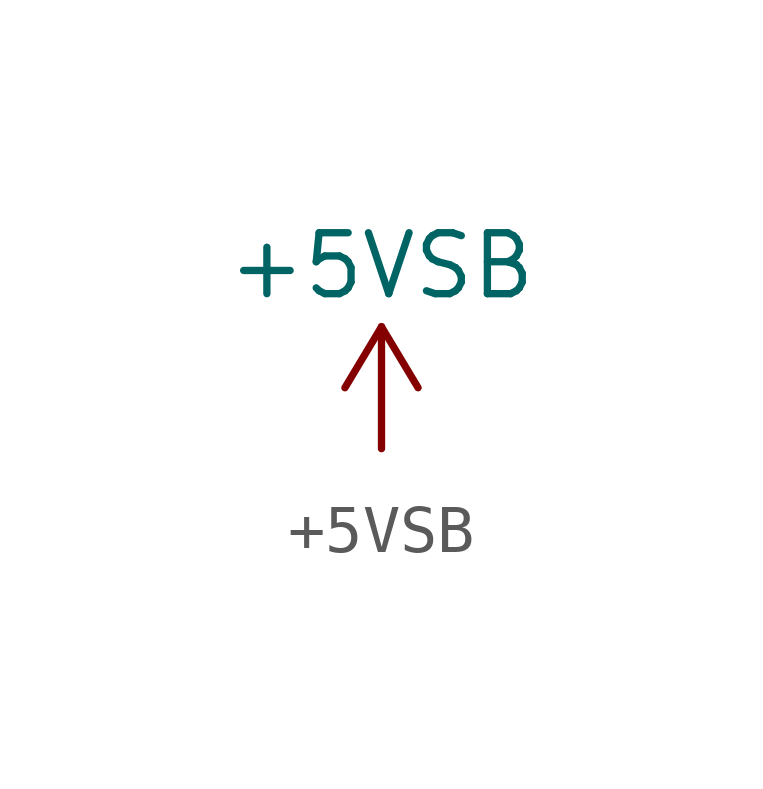
<source format=kicad_sym>
(kicad_symbol_lib
  (version 20220914)
  (generator kicad_symbol_editor)
  (symbol "+5VSB"
    (power)
    (property "Reference" "#PWR"
      (at 0 -3.81 0)
      (effects (font (size 1.27 1.27)) hide))
    (property "Value" "+5VSB"
      (at 0 3.81 0)
      (effects (font (size 1.27 1.27))))
    (symbol "+5VSB_0_1"
      (polyline (pts (xy -0.762 1.27) (xy 0 2.54)) (stroke (width 0) (type default)) (fill (type none)))
      (polyline (pts (xy 0 0) (xy 0 2.54)) (stroke (width 0) (type default)) (fill (type none)))
      (polyline (pts (xy 0 2.54) (xy 0.762 1.27)) (stroke (width 0) (type default)) (fill (type none))))
    (symbol "+5VSB_1_1"
      (pin power_in line (at 0 0 90) (length 0) hide (name "+5VSB" (effects (font (size 1.27 1.27)))) (number "1" (effects (font (size 1.27 1.27))))))))
</source>
